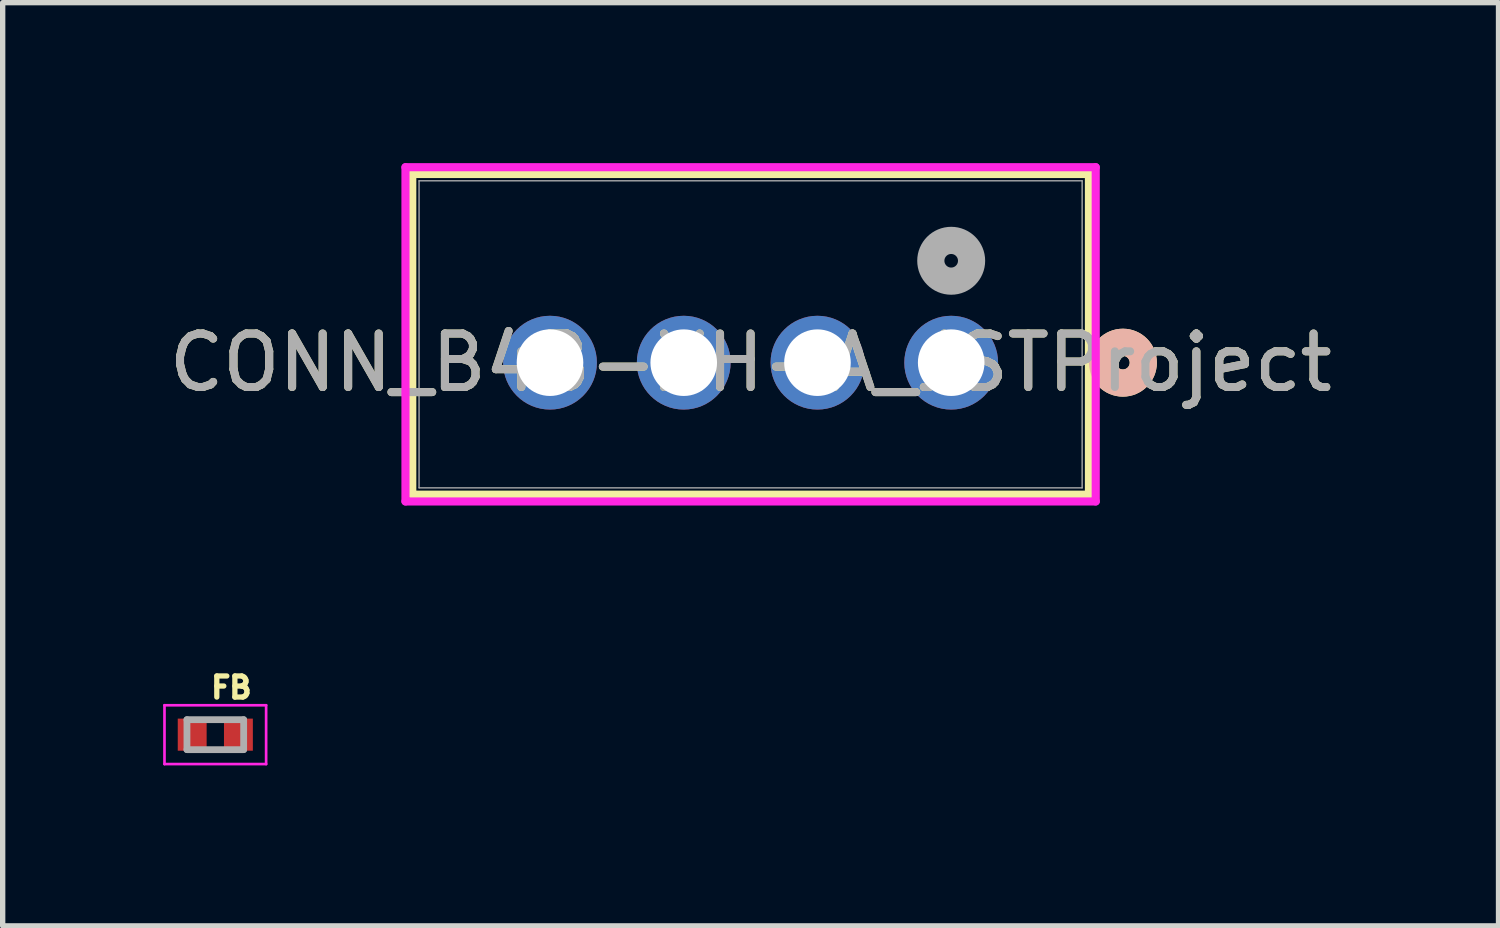
<source format=kicad_pcb>
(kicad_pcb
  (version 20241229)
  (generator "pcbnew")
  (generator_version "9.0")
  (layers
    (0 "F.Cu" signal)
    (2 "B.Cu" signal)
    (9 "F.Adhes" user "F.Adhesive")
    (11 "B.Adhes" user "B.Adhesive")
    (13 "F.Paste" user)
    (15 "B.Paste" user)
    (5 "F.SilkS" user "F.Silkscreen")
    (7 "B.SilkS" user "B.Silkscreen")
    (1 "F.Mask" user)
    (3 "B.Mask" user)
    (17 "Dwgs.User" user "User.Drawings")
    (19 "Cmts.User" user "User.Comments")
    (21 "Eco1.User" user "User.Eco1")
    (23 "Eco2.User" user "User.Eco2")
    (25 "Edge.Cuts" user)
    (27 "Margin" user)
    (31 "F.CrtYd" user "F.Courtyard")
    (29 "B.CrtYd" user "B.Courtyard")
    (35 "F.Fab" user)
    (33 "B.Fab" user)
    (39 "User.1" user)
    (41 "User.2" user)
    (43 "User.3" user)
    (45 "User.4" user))
  (footprint "CONN_B4B-XH-A_JSTProject"
    (layer "F.Cu")
    (at 14.732 3.73)
    (property "Reference" "CONN_B4B-XH-A_JSTProject" (at -3.75 0 0) (unlocked yes) (layer "F.SilkS") (effects (font (size 1 1) (thickness 0.15))))
    (attr through_hole)
    (fp_line (start -10.075 -3.527) (end -10.075 2.467) (stroke (width 0.152) (type solid)) (layer "F.SilkS"))
    (fp_line (start -10.075 2.467) (end 2.575 2.467) (stroke (width 0.152) (type solid)) (layer "F.SilkS"))
    (fp_line (start 2.575 -3.527) (end -10.075 -3.527) (stroke (width 0.152) (type solid)) (layer "F.SilkS"))
    (fp_line (start 2.575 2.467) (end 2.575 -3.527) (stroke (width 0.152) (type solid)) (layer "F.SilkS"))
    (fp_circle (center 3.21 0) (end 3.591 0) (stroke (width 0.508) (type solid)) (fill no) (layer "F.SilkS"))
    (fp_circle (center 3.21 0) (end 3.591 0) (stroke (width 0.508) (type solid)) (fill no) (layer "B.SilkS"))
    (fp_line (start -10.202 -3.654) (end -10.202 2.594) (stroke (width 0.152) (type solid)) (layer "F.CrtYd"))
    (fp_line (start -10.202 2.594) (end 2.702 2.594) (stroke (width 0.152) (type solid)) (layer "F.CrtYd"))
    (fp_line (start 2.702 -3.654) (end -10.202 -3.654) (stroke (width 0.152) (type solid)) (layer "F.CrtYd"))
    (fp_line (start 2.702 2.594) (end 2.702 -3.654) (stroke (width 0.152) (type solid)) (layer "F.CrtYd"))
    (fp_line (start -9.948 -3.4) (end -9.948 2.34) (stroke (width 0.025) (type solid)) (layer "F.Fab"))
    (fp_line (start -9.948 2.34) (end 2.448 2.34) (stroke (width 0.025) (type solid)) (layer "F.Fab"))
    (fp_line (start 2.448 -3.4) (end -9.948 -3.4) (stroke (width 0.025) (type solid)) (layer "F.Fab"))
    (fp_line (start 2.448 2.34) (end 2.448 -3.4) (stroke (width 0.025) (type solid)) (layer "F.Fab"))
    (fp_circle (center 0 -1.905) (end 0.381 -1.905) (stroke (width 0.508) (type solid)) (fill no) (layer "F.Fab"))
    (fp_text user "${REFERENCE}" (at -3.75 0 0) (unlocked yes) (layer "F.Fab") (effects (font (size 1 1) (thickness 0.15))))
    (pad "1" thru_hole circle (at 0 0) (size 1.753 1.753) (drill 1.245) (layers "*.Cu" "*.Mask"))
    (pad "2" thru_hole circle (at -2.5 0) (size 1.753 1.753) (drill 1.245) (layers "*.Cu" "*.Mask"))
    (pad "3" thru_hole circle (at -5 0) (size 1.753 1.753) (drill 1.245) (layers "*.Cu" "*.Mask"))
    (pad "4" thru_hole circle (at -7.5 0) (size 1.753 1.753) (drill 1.245) (layers "*.Cu" "*.Mask")))
  (footprint "FB"
    (layer "F.Cu")
    (at 0.975 10.684)
    (property "Reference" "FB" (at 0.3 -0.88 0) (layer "F.SilkS") (effects (font (size 0.394 0.394) (thickness 0.15))))
    (attr smd)
    (fp_line (start -0.95 -0.55) (end 0.95 -0.55) (stroke (width 0.05) (type solid)) (layer "F.CrtYd"))
    (fp_line (start -0.95 0.55) (end -0.95 -0.55) (stroke (width 0.05) (type solid)) (layer "F.CrtYd"))
    (fp_line (start -0.95 0.55) (end 0.95 0.55) (stroke (width 0.05) (type solid)) (layer "F.CrtYd"))
    (fp_line (start 0.95 0.55) (end 0.95 -0.55) (stroke (width 0.05) (type solid)) (layer "F.CrtYd"))
    (fp_line (start -0.53 0.28) (end -0.53 -0.28) (stroke (width 0.127) (type solid)) (layer "F.Fab"))
    (fp_line (start 0.53 -0.28) (end -0.53 -0.28) (stroke (width 0.127) (type solid)) (layer "F.Fab"))
    (fp_line (start 0.53 0.28) (end -0.53 0.28) (stroke (width 0.127) (type solid)) (layer "F.Fab"))
    (fp_line (start 0.53 0.28) (end 0.53 -0.28) (stroke (width 0.127) (type solid)) (layer "F.Fab"))
    (pad "1" smd rect (at -0.432 0) (size 0.54 0.6) (layers "F.Cu" "F.Mask" "F.Paste"))
    (pad "2" smd rect (at 0.432 0) (size 0.54 0.6) (layers "F.Cu" "F.Mask" "F.Paste")))
  (gr_rect
    (start -3 -3)
    (end 24.964 14.259)
    (stroke (width 0.1) (type default))
    (fill no)
    (layer "Edge.Cuts")))
</source>
